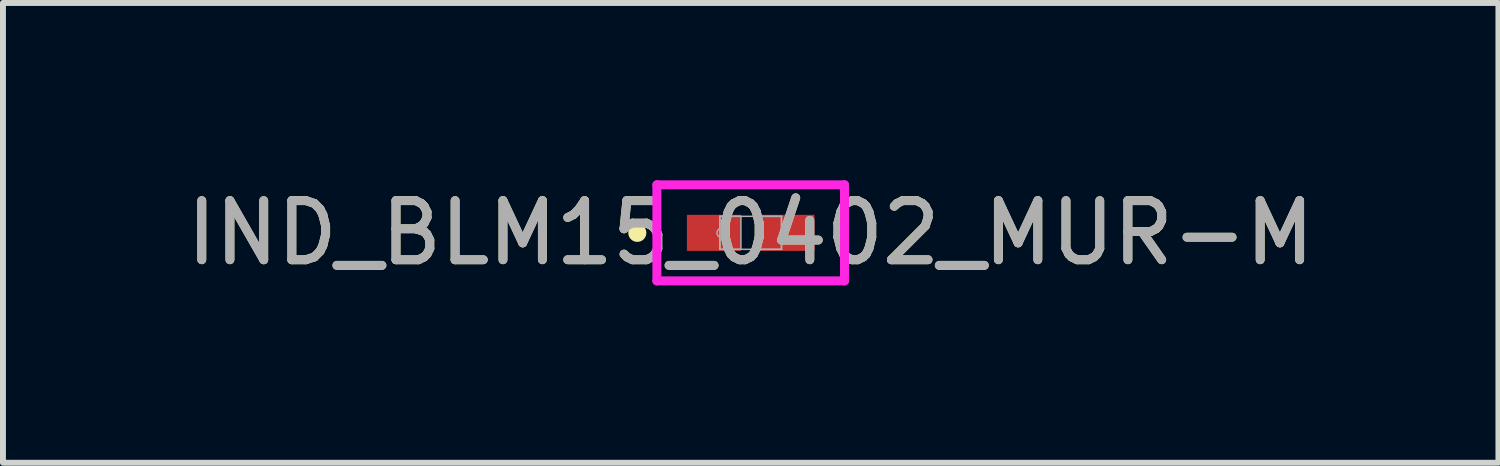
<source format=kicad_pcb>
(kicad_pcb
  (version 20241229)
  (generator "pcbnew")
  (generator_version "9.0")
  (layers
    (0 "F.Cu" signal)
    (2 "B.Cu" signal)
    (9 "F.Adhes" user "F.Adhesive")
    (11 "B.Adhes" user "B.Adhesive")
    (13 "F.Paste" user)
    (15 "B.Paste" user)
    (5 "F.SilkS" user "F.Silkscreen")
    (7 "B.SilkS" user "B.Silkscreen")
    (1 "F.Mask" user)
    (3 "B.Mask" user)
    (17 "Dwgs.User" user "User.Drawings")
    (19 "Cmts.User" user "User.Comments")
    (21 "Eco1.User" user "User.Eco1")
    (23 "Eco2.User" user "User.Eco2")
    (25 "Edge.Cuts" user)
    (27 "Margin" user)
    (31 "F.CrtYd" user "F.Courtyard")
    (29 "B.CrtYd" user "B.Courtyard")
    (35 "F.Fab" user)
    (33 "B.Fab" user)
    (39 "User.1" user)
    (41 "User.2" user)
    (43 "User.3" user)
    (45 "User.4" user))
  (footprint "IND_BLM15_0402_MUR-M"
    (layer "F.Cu")
    (at 9.649 0.889)
    (property "Reference" "IND_BLM15_0402_MUR-M" (at 0 0 0) (unlocked yes) (layer "F.SilkS") (effects (font (size 1 1) (thickness 0.15))))
    (attr smd)
    (fp_circle (center -1.918 0) (end -1.841 0) (stroke (width 0.152) (type solid)) (fill no) (layer "F.SilkS"))
    (fp_line (start -1.587 -0.813) (end 1.587 -0.813) (stroke (width 0.152) (type solid)) (layer "F.CrtYd"))
    (fp_line (start -1.587 0.813) (end -1.587 -0.813) (stroke (width 0.152) (type solid)) (layer "F.CrtYd"))
    (fp_line (start 1.587 -0.813) (end 1.587 0.813) (stroke (width 0.152) (type solid)) (layer "F.CrtYd"))
    (fp_line (start 1.587 0.813) (end -1.587 0.813) (stroke (width 0.152) (type solid)) (layer "F.CrtYd"))
    (fp_line (start -0.521 -0.279) (end -0.521 0.279) (stroke (width 0.025) (type solid)) (layer "F.Fab"))
    (fp_line (start -0.521 -0.279) (end -0.521 0.279) (stroke (width 0.025) (type solid)) (layer "F.Fab"))
    (fp_line (start -0.521 0.279) (end -0.165 0.279) (stroke (width 0.025) (type solid)) (layer "F.Fab"))
    (fp_line (start -0.521 0.279) (end 0.521 0.279) (stroke (width 0.025) (type solid)) (layer "F.Fab"))
    (fp_line (start -0.165 -0.279) (end -0.521 -0.279) (stroke (width 0.025) (type solid)) (layer "F.Fab"))
    (fp_line (start -0.165 0.279) (end -0.165 -0.279) (stroke (width 0.025) (type solid)) (layer "F.Fab"))
    (fp_line (start 0.165 -0.279) (end 0.165 0.279) (stroke (width 0.025) (type solid)) (layer "F.Fab"))
    (fp_line (start 0.165 0.279) (end 0.521 0.279) (stroke (width 0.025) (type solid)) (layer "F.Fab"))
    (fp_line (start 0.521 -0.279) (end -0.521 -0.279) (stroke (width 0.025) (type solid)) (layer "F.Fab"))
    (fp_line (start 0.521 -0.279) (end 0.165 -0.279) (stroke (width 0.025) (type solid)) (layer "F.Fab"))
    (fp_line (start 0.521 0.279) (end 0.521 -0.279) (stroke (width 0.025) (type solid)) (layer "F.Fab"))
    (fp_line (start 0.521 0.279) (end 0.521 -0.279) (stroke (width 0.025) (type solid)) (layer "F.Fab"))
    (fp_circle (center -0.495 0) (end -0.419 0) (stroke (width 0.025) (type solid)) (fill no) (layer "F.Fab"))
    (fp_text user "${REFERENCE}" (at 0 0 0) (unlocked yes) (layer "F.Fab") (effects (font (size 1 1) (thickness 0.15))))
    (pad "1" smd rect (at -0.622 0) (size 0.914 0.61) (layers "F.Cu" "F.Mask" "F.Paste"))
    (pad "2" smd rect (at 0.622 0) (size 0.914 0.61) (layers "F.Cu" "F.Mask" "F.Paste"))
    (zone (net_name "") (layer "F.Cu") (hatch full 0.508) (connect_pads) (min_thickness 0.254) (filled_areas_thickness no) (keepout (tracks not_allowed) (vias not_allowed) (pads allowed) (copperpour not_allowed) (footprints allowed)) (placement (enabled no)) (fill) (polygon (pts (xy 9.535 0.66) (xy 9.763 0.66) (xy 9.763 1.118) (xy 9.535 1.118)))))
  (gr_rect
    (start -3 -3)
    (end 22.298 4.778)
    (stroke (width 0.1) (type default))
    (fill no)
    (layer "Edge.Cuts")))
</source>
